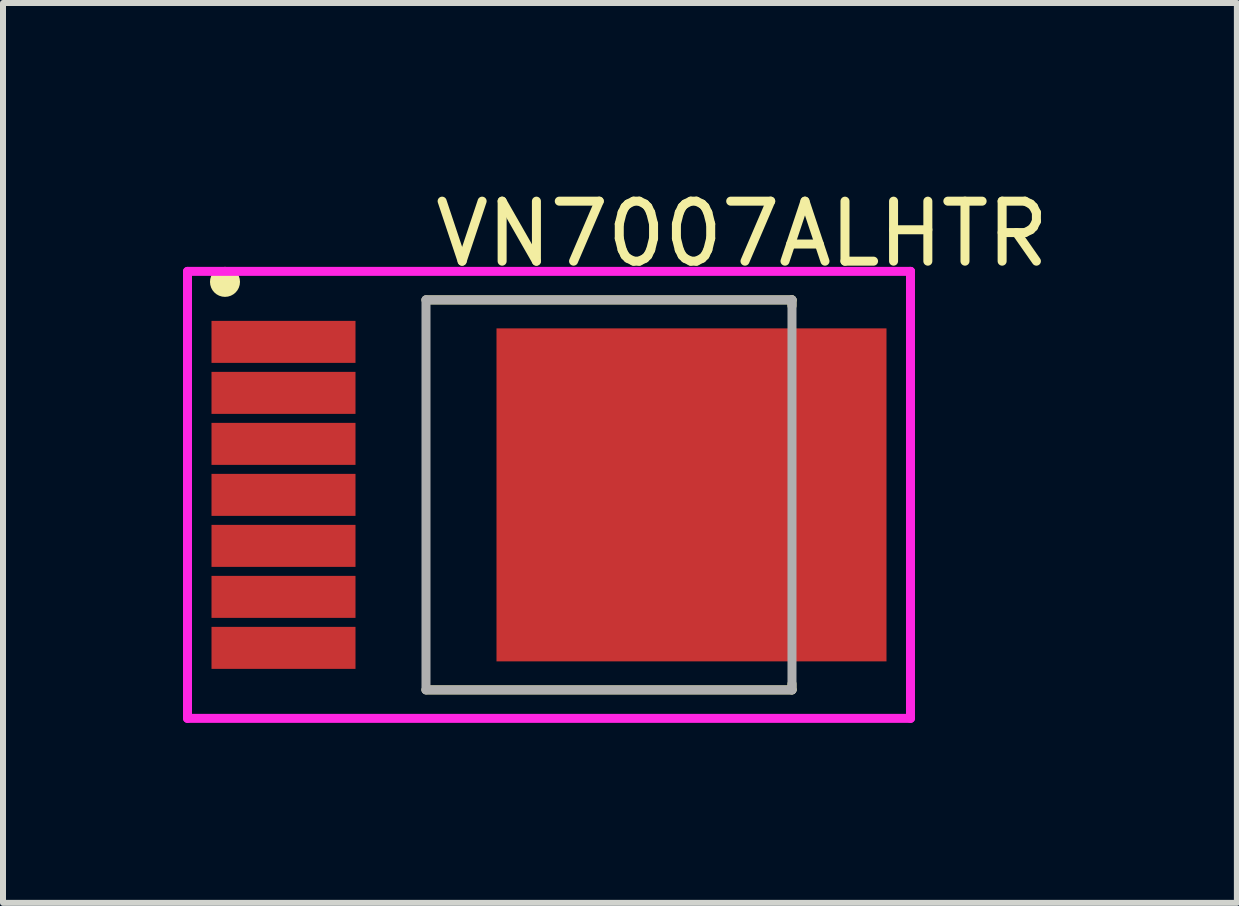
<source format=kicad_pcb>
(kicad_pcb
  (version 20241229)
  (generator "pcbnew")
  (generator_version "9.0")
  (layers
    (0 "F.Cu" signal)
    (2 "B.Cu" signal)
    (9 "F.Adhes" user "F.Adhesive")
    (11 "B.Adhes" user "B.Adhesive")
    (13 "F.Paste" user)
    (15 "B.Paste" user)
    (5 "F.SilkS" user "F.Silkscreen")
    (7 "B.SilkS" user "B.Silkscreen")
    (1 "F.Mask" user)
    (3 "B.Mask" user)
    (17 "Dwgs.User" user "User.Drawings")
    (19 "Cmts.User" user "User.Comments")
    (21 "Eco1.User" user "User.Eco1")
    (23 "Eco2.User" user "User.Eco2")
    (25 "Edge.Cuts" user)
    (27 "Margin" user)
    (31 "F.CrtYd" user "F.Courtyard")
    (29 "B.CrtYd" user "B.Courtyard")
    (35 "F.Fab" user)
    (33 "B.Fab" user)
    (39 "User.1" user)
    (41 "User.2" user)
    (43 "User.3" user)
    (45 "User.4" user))
  (footprint "VN7007ALHTR"
    (layer "F.Cu")
    (at 7.1 5.198)
    (property "Reference" "VN7007ALHTR" (at -2.975 -4.35 0) (layer "F.SilkS") (effects (font (size 1 1) (thickness 0.15)) (justify left)))
    (attr through_hole)
    (fp_line (start -3.05 -3.25) (end 3.05 -3.25) (stroke (width 0.15) (type solid)) (layer "F.SilkS"))
    (fp_line (start -3.05 3.25) (end 3.05 3.25) (stroke (width 0.15) (type solid)) (layer "F.SilkS"))
    (fp_line (start 3.05 -3.25) (end 3.05 -3.15) (stroke (width 0.15) (type solid)) (layer "F.SilkS"))
    (fp_line (start 3.05 3.15) (end 3.05 3.25) (stroke (width 0.15) (type solid)) (layer "F.SilkS"))
    (fp_circle (center -6.4 -3.55) (end -6.275 -3.55) (stroke (width 0.25) (type solid)) (fill no) (layer "F.SilkS"))
    (fp_line (start -7.025 -3.725) (end -7.025 3.725) (stroke (width 0.15) (type solid)) (layer "F.CrtYd"))
    (fp_line (start -7.025 3.725) (end 5.025 3.725) (stroke (width 0.15) (type solid)) (layer "F.CrtYd"))
    (fp_line (start 5.025 -3.725) (end -7.025 -3.725) (stroke (width 0.15) (type solid)) (layer "F.CrtYd"))
    (fp_line (start 5.025 -3.725) (end 5.025 -3.725) (stroke (width 0.15) (type solid)) (layer "F.CrtYd"))
    (fp_line (start 5.025 3.725) (end 5.025 -3.725) (stroke (width 0.15) (type solid)) (layer "F.CrtYd"))
    (fp_line (start -3.05 -3.25) (end 3.05 -3.25) (stroke (width 0.15) (type solid)) (layer "F.Fab"))
    (fp_line (start -3.05 3.25) (end -3.05 -3.25) (stroke (width 0.15) (type solid)) (layer "F.Fab"))
    (fp_line (start 3.05 -3.25) (end 3.05 3.25) (stroke (width 0.15) (type solid)) (layer "F.Fab"))
    (fp_line (start 3.05 3.25) (end -3.05 3.25) (stroke (width 0.15) (type solid)) (layer "F.Fab"))
    (pad "1" smd rect (at -5.425 -2.55 90) (size 0.7 2.4) (layers "F.Cu" "F.Mask" "F.Paste"))
    (pad "2" smd rect (at -5.425 -1.7 90) (size 0.7 2.4) (layers "F.Cu" "F.Mask" "F.Paste"))
    (pad "3" smd rect (at -5.425 -0.85 90) (size 0.7 2.4) (layers "F.Cu" "F.Mask" "F.Paste"))
    (pad "4" smd rect (at -5.425 0 90) (size 0.7 2.4) (layers "F.Cu" "F.Mask" "F.Paste"))
    (pad "5" smd rect (at -5.425 0.85 90) (size 0.7 2.4) (layers "F.Cu" "F.Mask" "F.Paste"))
    (pad "6" smd rect (at -5.425 1.7 90) (size 0.7 2.4) (layers "F.Cu" "F.Mask" "F.Paste"))
    (pad "7" smd rect (at -5.425 2.55 90) (size 0.7 2.4) (layers "F.Cu" "F.Mask" "F.Paste"))
    (pad "TAB" smd rect (at 1.375 0 90) (size 5.55 6.5) (layers "F.Cu" "F.Mask" "F.Paste")))
  (gr_rect
    (start -3 -3)
    (end 17.565 11.998)
    (stroke (width 0.1) (type default))
    (fill no)
    (layer "Edge.Cuts")))
</source>
